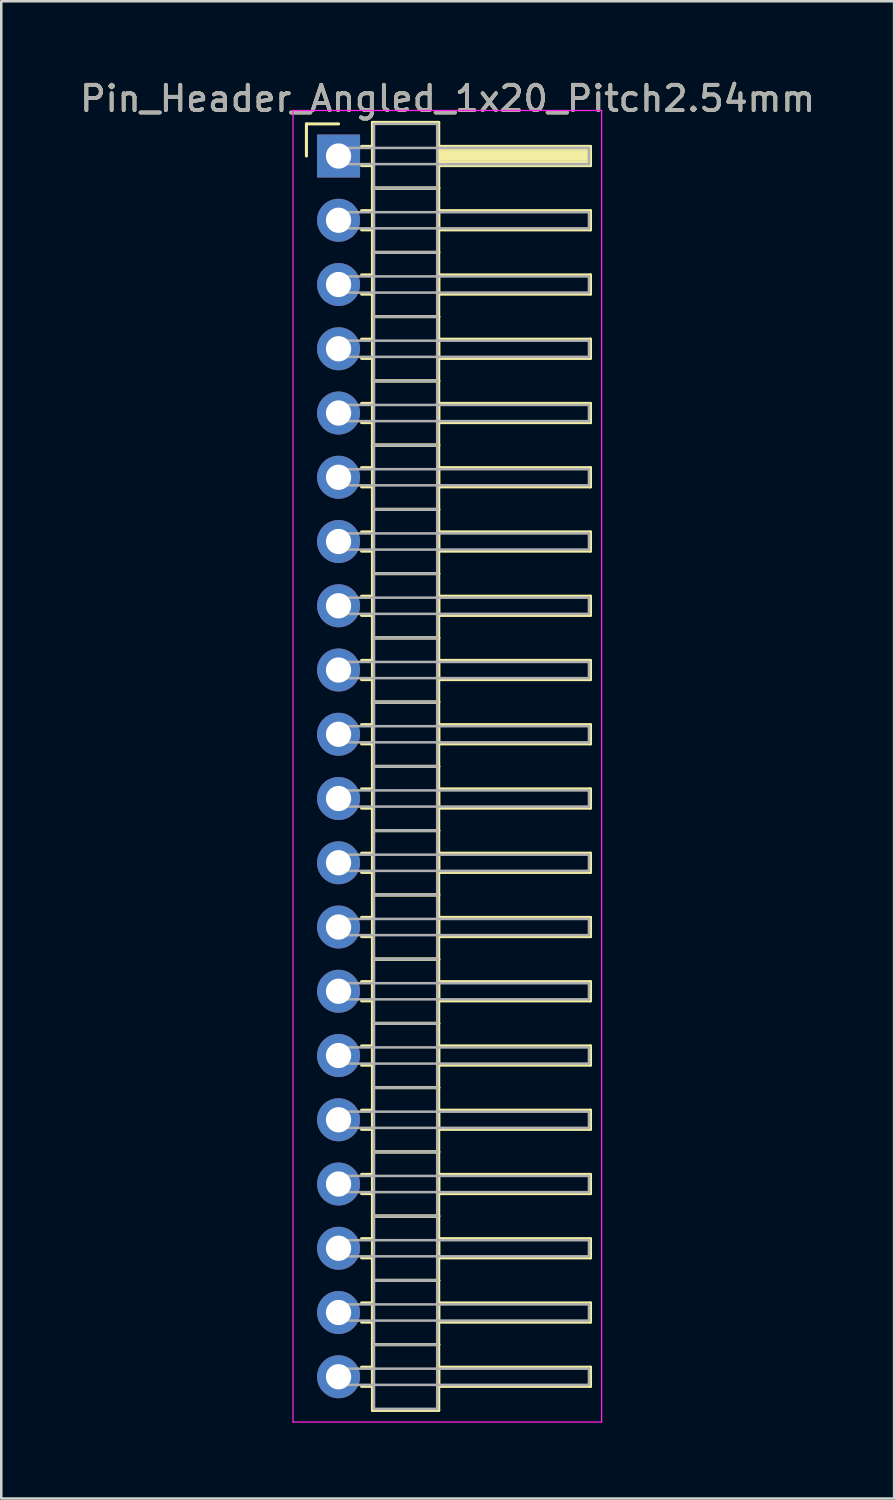
<source format=kicad_pcb>
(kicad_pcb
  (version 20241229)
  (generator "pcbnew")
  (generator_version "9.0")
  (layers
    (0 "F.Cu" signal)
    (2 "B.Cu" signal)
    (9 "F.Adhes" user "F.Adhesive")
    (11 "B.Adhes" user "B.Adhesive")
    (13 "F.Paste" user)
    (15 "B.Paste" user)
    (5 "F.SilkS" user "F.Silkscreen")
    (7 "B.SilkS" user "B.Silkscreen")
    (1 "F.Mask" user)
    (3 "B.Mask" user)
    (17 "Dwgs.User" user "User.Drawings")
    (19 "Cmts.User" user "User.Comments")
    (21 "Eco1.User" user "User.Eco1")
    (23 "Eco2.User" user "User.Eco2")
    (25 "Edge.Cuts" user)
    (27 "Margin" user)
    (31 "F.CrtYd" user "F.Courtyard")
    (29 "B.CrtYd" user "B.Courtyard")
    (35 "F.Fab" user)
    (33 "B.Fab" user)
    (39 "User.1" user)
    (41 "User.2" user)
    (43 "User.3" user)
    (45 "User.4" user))
  (footprint "Pin_Header_Angled_1x20_Pitch2.54mm"
    (layer "F.Cu")
    (at 10.334 3.118)
    (property "Reference" "Pin_Header_Angled_1x20_Pitch2.54mm" (at 4.315 -2.27 0) (layer "F.SilkS") (effects (font (size 1 1) (thickness 0.15))))
    (attr through_hole)
    (fp_line (start -1.27 -1.27) (end 0 -1.27) (stroke (width 0.12) (type solid)) (layer "F.SilkS"))
    (fp_line (start -1.27 0) (end -1.27 -1.27) (stroke (width 0.12) (type solid)) (layer "F.SilkS"))
    (fp_line (start 0.91 -0.38) (end 1.34 -0.38) (stroke (width 0.12) (type solid)) (layer "F.SilkS"))
    (fp_line (start 0.91 0.38) (end 1.34 0.38) (stroke (width 0.12) (type solid)) (layer "F.SilkS"))
    (fp_line (start 0.91 2.16) (end 1.34 2.16) (stroke (width 0.12) (type solid)) (layer "F.SilkS"))
    (fp_line (start 0.91 2.92) (end 1.34 2.92) (stroke (width 0.12) (type solid)) (layer "F.SilkS"))
    (fp_line (start 0.91 4.7) (end 1.34 4.7) (stroke (width 0.12) (type solid)) (layer "F.SilkS"))
    (fp_line (start 0.91 5.46) (end 1.34 5.46) (stroke (width 0.12) (type solid)) (layer "F.SilkS"))
    (fp_line (start 0.91 7.24) (end 1.34 7.24) (stroke (width 0.12) (type solid)) (layer "F.SilkS"))
    (fp_line (start 0.91 8) (end 1.34 8) (stroke (width 0.12) (type solid)) (layer "F.SilkS"))
    (fp_line (start 0.91 9.78) (end 1.34 9.78) (stroke (width 0.12) (type solid)) (layer "F.SilkS"))
    (fp_line (start 0.91 10.54) (end 1.34 10.54) (stroke (width 0.12) (type solid)) (layer "F.SilkS"))
    (fp_line (start 0.91 12.32) (end 1.34 12.32) (stroke (width 0.12) (type solid)) (layer "F.SilkS"))
    (fp_line (start 0.91 13.08) (end 1.34 13.08) (stroke (width 0.12) (type solid)) (layer "F.SilkS"))
    (fp_line (start 0.91 14.86) (end 1.34 14.86) (stroke (width 0.12) (type solid)) (layer "F.SilkS"))
    (fp_line (start 0.91 15.62) (end 1.34 15.62) (stroke (width 0.12) (type solid)) (layer "F.SilkS"))
    (fp_line (start 0.91 17.4) (end 1.34 17.4) (stroke (width 0.12) (type solid)) (layer "F.SilkS"))
    (fp_line (start 0.91 18.16) (end 1.34 18.16) (stroke (width 0.12) (type solid)) (layer "F.SilkS"))
    (fp_line (start 0.91 19.94) (end 1.34 19.94) (stroke (width 0.12) (type solid)) (layer "F.SilkS"))
    (fp_line (start 0.91 20.7) (end 1.34 20.7) (stroke (width 0.12) (type solid)) (layer "F.SilkS"))
    (fp_line (start 0.91 22.48) (end 1.34 22.48) (stroke (width 0.12) (type solid)) (layer "F.SilkS"))
    (fp_line (start 0.91 23.24) (end 1.34 23.24) (stroke (width 0.12) (type solid)) (layer "F.SilkS"))
    (fp_line (start 0.91 25.02) (end 1.34 25.02) (stroke (width 0.12) (type solid)) (layer "F.SilkS"))
    (fp_line (start 0.91 25.78) (end 1.34 25.78) (stroke (width 0.12) (type solid)) (layer "F.SilkS"))
    (fp_line (start 0.91 27.56) (end 1.34 27.56) (stroke (width 0.12) (type solid)) (layer "F.SilkS"))
    (fp_line (start 0.91 28.32) (end 1.34 28.32) (stroke (width 0.12) (type solid)) (layer "F.SilkS"))
    (fp_line (start 0.91 30.1) (end 1.34 30.1) (stroke (width 0.12) (type solid)) (layer "F.SilkS"))
    (fp_line (start 0.91 30.86) (end 1.34 30.86) (stroke (width 0.12) (type solid)) (layer "F.SilkS"))
    (fp_line (start 0.91 32.64) (end 1.34 32.64) (stroke (width 0.12) (type solid)) (layer "F.SilkS"))
    (fp_line (start 0.91 33.4) (end 1.34 33.4) (stroke (width 0.12) (type solid)) (layer "F.SilkS"))
    (fp_line (start 0.91 35.18) (end 1.34 35.18) (stroke (width 0.12) (type solid)) (layer "F.SilkS"))
    (fp_line (start 0.91 35.94) (end 1.34 35.94) (stroke (width 0.12) (type solid)) (layer "F.SilkS"))
    (fp_line (start 0.91 37.72) (end 1.34 37.72) (stroke (width 0.12) (type solid)) (layer "F.SilkS"))
    (fp_line (start 0.91 38.48) (end 1.34 38.48) (stroke (width 0.12) (type solid)) (layer "F.SilkS"))
    (fp_line (start 0.91 40.26) (end 1.34 40.26) (stroke (width 0.12) (type solid)) (layer "F.SilkS"))
    (fp_line (start 0.91 41.02) (end 1.34 41.02) (stroke (width 0.12) (type solid)) (layer "F.SilkS"))
    (fp_line (start 0.91 42.8) (end 1.34 42.8) (stroke (width 0.12) (type solid)) (layer "F.SilkS"))
    (fp_line (start 0.91 43.56) (end 1.34 43.56) (stroke (width 0.12) (type solid)) (layer "F.SilkS"))
    (fp_line (start 0.91 45.34) (end 1.34 45.34) (stroke (width 0.12) (type solid)) (layer "F.SilkS"))
    (fp_line (start 0.91 46.1) (end 1.34 46.1) (stroke (width 0.12) (type solid)) (layer "F.SilkS"))
    (fp_line (start 0.91 47.88) (end 1.34 47.88) (stroke (width 0.12) (type solid)) (layer "F.SilkS"))
    (fp_line (start 0.91 48.64) (end 1.34 48.64) (stroke (width 0.12) (type solid)) (layer "F.SilkS"))
    (fp_line (start 1.34 -1.33) (end 1.34 1.27) (stroke (width 0.12) (type solid)) (layer "F.SilkS"))
    (fp_line (start 1.34 1.27) (end 1.34 3.81) (stroke (width 0.12) (type solid)) (layer "F.SilkS"))
    (fp_line (start 1.34 1.27) (end 3.96 1.27) (stroke (width 0.12) (type solid)) (layer "F.SilkS"))
    (fp_line (start 1.34 3.81) (end 1.34 6.35) (stroke (width 0.12) (type solid)) (layer "F.SilkS"))
    (fp_line (start 1.34 3.81) (end 3.96 3.81) (stroke (width 0.12) (type solid)) (layer "F.SilkS"))
    (fp_line (start 1.34 6.35) (end 1.34 8.89) (stroke (width 0.12) (type solid)) (layer "F.SilkS"))
    (fp_line (start 1.34 6.35) (end 3.96 6.35) (stroke (width 0.12) (type solid)) (layer "F.SilkS"))
    (fp_line (start 1.34 8.89) (end 1.34 11.43) (stroke (width 0.12) (type solid)) (layer "F.SilkS"))
    (fp_line (start 1.34 8.89) (end 3.96 8.89) (stroke (width 0.12) (type solid)) (layer "F.SilkS"))
    (fp_line (start 1.34 11.43) (end 1.34 13.97) (stroke (width 0.12) (type solid)) (layer "F.SilkS"))
    (fp_line (start 1.34 11.43) (end 3.96 11.43) (stroke (width 0.12) (type solid)) (layer "F.SilkS"))
    (fp_line (start 1.34 13.97) (end 1.34 16.51) (stroke (width 0.12) (type solid)) (layer "F.SilkS"))
    (fp_line (start 1.34 13.97) (end 3.96 13.97) (stroke (width 0.12) (type solid)) (layer "F.SilkS"))
    (fp_line (start 1.34 16.51) (end 1.34 19.05) (stroke (width 0.12) (type solid)) (layer "F.SilkS"))
    (fp_line (start 1.34 16.51) (end 3.96 16.51) (stroke (width 0.12) (type solid)) (layer "F.SilkS"))
    (fp_line (start 1.34 19.05) (end 1.34 21.59) (stroke (width 0.12) (type solid)) (layer "F.SilkS"))
    (fp_line (start 1.34 19.05) (end 3.96 19.05) (stroke (width 0.12) (type solid)) (layer "F.SilkS"))
    (fp_line (start 1.34 21.59) (end 1.34 24.13) (stroke (width 0.12) (type solid)) (layer "F.SilkS"))
    (fp_line (start 1.34 21.59) (end 3.96 21.59) (stroke (width 0.12) (type solid)) (layer "F.SilkS"))
    (fp_line (start 1.34 24.13) (end 1.34 26.67) (stroke (width 0.12) (type solid)) (layer "F.SilkS"))
    (fp_line (start 1.34 24.13) (end 3.96 24.13) (stroke (width 0.12) (type solid)) (layer "F.SilkS"))
    (fp_line (start 1.34 26.67) (end 1.34 29.21) (stroke (width 0.12) (type solid)) (layer "F.SilkS"))
    (fp_line (start 1.34 26.67) (end 3.96 26.67) (stroke (width 0.12) (type solid)) (layer "F.SilkS"))
    (fp_line (start 1.34 29.21) (end 1.34 31.75) (stroke (width 0.12) (type solid)) (layer "F.SilkS"))
    (fp_line (start 1.34 29.21) (end 3.96 29.21) (stroke (width 0.12) (type solid)) (layer "F.SilkS"))
    (fp_line (start 1.34 31.75) (end 1.34 34.29) (stroke (width 0.12) (type solid)) (layer "F.SilkS"))
    (fp_line (start 1.34 31.75) (end 3.96 31.75) (stroke (width 0.12) (type solid)) (layer "F.SilkS"))
    (fp_line (start 1.34 34.29) (end 1.34 36.83) (stroke (width 0.12) (type solid)) (layer "F.SilkS"))
    (fp_line (start 1.34 34.29) (end 3.96 34.29) (stroke (width 0.12) (type solid)) (layer "F.SilkS"))
    (fp_line (start 1.34 36.83) (end 1.34 39.37) (stroke (width 0.12) (type solid)) (layer "F.SilkS"))
    (fp_line (start 1.34 36.83) (end 3.96 36.83) (stroke (width 0.12) (type solid)) (layer "F.SilkS"))
    (fp_line (start 1.34 39.37) (end 1.34 41.91) (stroke (width 0.12) (type solid)) (layer "F.SilkS"))
    (fp_line (start 1.34 39.37) (end 3.96 39.37) (stroke (width 0.12) (type solid)) (layer "F.SilkS"))
    (fp_line (start 1.34 41.91) (end 1.34 44.45) (stroke (width 0.12) (type solid)) (layer "F.SilkS"))
    (fp_line (start 1.34 41.91) (end 3.96 41.91) (stroke (width 0.12) (type solid)) (layer "F.SilkS"))
    (fp_line (start 1.34 44.45) (end 1.34 46.99) (stroke (width 0.12) (type solid)) (layer "F.SilkS"))
    (fp_line (start 1.34 44.45) (end 3.96 44.45) (stroke (width 0.12) (type solid)) (layer "F.SilkS"))
    (fp_line (start 1.34 46.99) (end 1.34 49.59) (stroke (width 0.12) (type solid)) (layer "F.SilkS"))
    (fp_line (start 1.34 46.99) (end 3.96 46.99) (stroke (width 0.12) (type solid)) (layer "F.SilkS"))
    (fp_line (start 1.34 49.59) (end 3.96 49.59) (stroke (width 0.12) (type solid)) (layer "F.SilkS"))
    (fp_line (start 3.96 -1.33) (end 1.34 -1.33) (stroke (width 0.12) (type solid)) (layer "F.SilkS"))
    (fp_line (start 3.96 -0.38) (end 3.96 0.38) (stroke (width 0.12) (type solid)) (layer "F.SilkS"))
    (fp_line (start 3.96 -0.26) (end 9.96 -0.26) (stroke (width 0.12) (type solid)) (layer "F.SilkS"))
    (fp_line (start 3.96 -0.14) (end 9.96 -0.14) (stroke (width 0.12) (type solid)) (layer "F.SilkS"))
    (fp_line (start 3.96 -0.02) (end 9.96 -0.02) (stroke (width 0.12) (type solid)) (layer "F.SilkS"))
    (fp_line (start 3.96 0.1) (end 9.96 0.1) (stroke (width 0.12) (type solid)) (layer "F.SilkS"))
    (fp_line (start 3.96 0.22) (end 9.96 0.22) (stroke (width 0.12) (type solid)) (layer "F.SilkS"))
    (fp_line (start 3.96 0.34) (end 9.96 0.34) (stroke (width 0.12) (type solid)) (layer "F.SilkS"))
    (fp_line (start 3.96 0.38) (end 9.96 0.38) (stroke (width 0.12) (type solid)) (layer "F.SilkS"))
    (fp_line (start 3.96 1.27) (end 1.34 1.27) (stroke (width 0.12) (type solid)) (layer "F.SilkS"))
    (fp_line (start 3.96 1.27) (end 3.96 -1.33) (stroke (width 0.12) (type solid)) (layer "F.SilkS"))
    (fp_line (start 3.96 2.16) (end 3.96 2.92) (stroke (width 0.12) (type solid)) (layer "F.SilkS"))
    (fp_line (start 3.96 2.92) (end 9.96 2.92) (stroke (width 0.12) (type solid)) (layer "F.SilkS"))
    (fp_line (start 3.96 3.81) (end 1.34 3.81) (stroke (width 0.12) (type solid)) (layer "F.SilkS"))
    (fp_line (start 3.96 3.81) (end 3.96 1.27) (stroke (width 0.12) (type solid)) (layer "F.SilkS"))
    (fp_line (start 3.96 4.7) (end 3.96 5.46) (stroke (width 0.12) (type solid)) (layer "F.SilkS"))
    (fp_line (start 3.96 5.46) (end 9.96 5.46) (stroke (width 0.12) (type solid)) (layer "F.SilkS"))
    (fp_line (start 3.96 6.35) (end 1.34 6.35) (stroke (width 0.12) (type solid)) (layer "F.SilkS"))
    (fp_line (start 3.96 6.35) (end 3.96 3.81) (stroke (width 0.12) (type solid)) (layer "F.SilkS"))
    (fp_line (start 3.96 7.24) (end 3.96 8) (stroke (width 0.12) (type solid)) (layer "F.SilkS"))
    (fp_line (start 3.96 8) (end 9.96 8) (stroke (width 0.12) (type solid)) (layer "F.SilkS"))
    (fp_line (start 3.96 8.89) (end 1.34 8.89) (stroke (width 0.12) (type solid)) (layer "F.SilkS"))
    (fp_line (start 3.96 8.89) (end 3.96 6.35) (stroke (width 0.12) (type solid)) (layer "F.SilkS"))
    (fp_line (start 3.96 9.78) (end 3.96 10.54) (stroke (width 0.12) (type solid)) (layer "F.SilkS"))
    (fp_line (start 3.96 10.54) (end 9.96 10.54) (stroke (width 0.12) (type solid)) (layer "F.SilkS"))
    (fp_line (start 3.96 11.43) (end 1.34 11.43) (stroke (width 0.12) (type solid)) (layer "F.SilkS"))
    (fp_line (start 3.96 11.43) (end 3.96 8.89) (stroke (width 0.12) (type solid)) (layer "F.SilkS"))
    (fp_line (start 3.96 12.32) (end 3.96 13.08) (stroke (width 0.12) (type solid)) (layer "F.SilkS"))
    (fp_line (start 3.96 13.08) (end 9.96 13.08) (stroke (width 0.12) (type solid)) (layer "F.SilkS"))
    (fp_line (start 3.96 13.97) (end 1.34 13.97) (stroke (width 0.12) (type solid)) (layer "F.SilkS"))
    (fp_line (start 3.96 13.97) (end 3.96 11.43) (stroke (width 0.12) (type solid)) (layer "F.SilkS"))
    (fp_line (start 3.96 14.86) (end 3.96 15.62) (stroke (width 0.12) (type solid)) (layer "F.SilkS"))
    (fp_line (start 3.96 15.62) (end 9.96 15.62) (stroke (width 0.12) (type solid)) (layer "F.SilkS"))
    (fp_line (start 3.96 16.51) (end 1.34 16.51) (stroke (width 0.12) (type solid)) (layer "F.SilkS"))
    (fp_line (start 3.96 16.51) (end 3.96 13.97) (stroke (width 0.12) (type solid)) (layer "F.SilkS"))
    (fp_line (start 3.96 17.4) (end 3.96 18.16) (stroke (width 0.12) (type solid)) (layer "F.SilkS"))
    (fp_line (start 3.96 18.16) (end 9.96 18.16) (stroke (width 0.12) (type solid)) (layer "F.SilkS"))
    (fp_line (start 3.96 19.05) (end 1.34 19.05) (stroke (width 0.12) (type solid)) (layer "F.SilkS"))
    (fp_line (start 3.96 19.05) (end 3.96 16.51) (stroke (width 0.12) (type solid)) (layer "F.SilkS"))
    (fp_line (start 3.96 19.94) (end 3.96 20.7) (stroke (width 0.12) (type solid)) (layer "F.SilkS"))
    (fp_line (start 3.96 20.7) (end 9.96 20.7) (stroke (width 0.12) (type solid)) (layer "F.SilkS"))
    (fp_line (start 3.96 21.59) (end 1.34 21.59) (stroke (width 0.12) (type solid)) (layer "F.SilkS"))
    (fp_line (start 3.96 21.59) (end 3.96 19.05) (stroke (width 0.12) (type solid)) (layer "F.SilkS"))
    (fp_line (start 3.96 22.48) (end 3.96 23.24) (stroke (width 0.12) (type solid)) (layer "F.SilkS"))
    (fp_line (start 3.96 23.24) (end 9.96 23.24) (stroke (width 0.12) (type solid)) (layer "F.SilkS"))
    (fp_line (start 3.96 24.13) (end 1.34 24.13) (stroke (width 0.12) (type solid)) (layer "F.SilkS"))
    (fp_line (start 3.96 24.13) (end 3.96 21.59) (stroke (width 0.12) (type solid)) (layer "F.SilkS"))
    (fp_line (start 3.96 25.02) (end 3.96 25.78) (stroke (width 0.12) (type solid)) (layer "F.SilkS"))
    (fp_line (start 3.96 25.78) (end 9.96 25.78) (stroke (width 0.12) (type solid)) (layer "F.SilkS"))
    (fp_line (start 3.96 26.67) (end 1.34 26.67) (stroke (width 0.12) (type solid)) (layer "F.SilkS"))
    (fp_line (start 3.96 26.67) (end 3.96 24.13) (stroke (width 0.12) (type solid)) (layer "F.SilkS"))
    (fp_line (start 3.96 27.56) (end 3.96 28.32) (stroke (width 0.12) (type solid)) (layer "F.SilkS"))
    (fp_line (start 3.96 28.32) (end 9.96 28.32) (stroke (width 0.12) (type solid)) (layer "F.SilkS"))
    (fp_line (start 3.96 29.21) (end 1.34 29.21) (stroke (width 0.12) (type solid)) (layer "F.SilkS"))
    (fp_line (start 3.96 29.21) (end 3.96 26.67) (stroke (width 0.12) (type solid)) (layer "F.SilkS"))
    (fp_line (start 3.96 30.1) (end 3.96 30.86) (stroke (width 0.12) (type solid)) (layer "F.SilkS"))
    (fp_line (start 3.96 30.86) (end 9.96 30.86) (stroke (width 0.12) (type solid)) (layer "F.SilkS"))
    (fp_line (start 3.96 31.75) (end 1.34 31.75) (stroke (width 0.12) (type solid)) (layer "F.SilkS"))
    (fp_line (start 3.96 31.75) (end 3.96 29.21) (stroke (width 0.12) (type solid)) (layer "F.SilkS"))
    (fp_line (start 3.96 32.64) (end 3.96 33.4) (stroke (width 0.12) (type solid)) (layer "F.SilkS"))
    (fp_line (start 3.96 33.4) (end 9.96 33.4) (stroke (width 0.12) (type solid)) (layer "F.SilkS"))
    (fp_line (start 3.96 34.29) (end 1.34 34.29) (stroke (width 0.12) (type solid)) (layer "F.SilkS"))
    (fp_line (start 3.96 34.29) (end 3.96 31.75) (stroke (width 0.12) (type solid)) (layer "F.SilkS"))
    (fp_line (start 3.96 35.18) (end 3.96 35.94) (stroke (width 0.12) (type solid)) (layer "F.SilkS"))
    (fp_line (start 3.96 35.94) (end 9.96 35.94) (stroke (width 0.12) (type solid)) (layer "F.SilkS"))
    (fp_line (start 3.96 36.83) (end 1.34 36.83) (stroke (width 0.12) (type solid)) (layer "F.SilkS"))
    (fp_line (start 3.96 36.83) (end 3.96 34.29) (stroke (width 0.12) (type solid)) (layer "F.SilkS"))
    (fp_line (start 3.96 37.72) (end 3.96 38.48) (stroke (width 0.12) (type solid)) (layer "F.SilkS"))
    (fp_line (start 3.96 38.48) (end 9.96 38.48) (stroke (width 0.12) (type solid)) (layer "F.SilkS"))
    (fp_line (start 3.96 39.37) (end 1.34 39.37) (stroke (width 0.12) (type solid)) (layer "F.SilkS"))
    (fp_line (start 3.96 39.37) (end 3.96 36.83) (stroke (width 0.12) (type solid)) (layer "F.SilkS"))
    (fp_line (start 3.96 40.26) (end 3.96 41.02) (stroke (width 0.12) (type solid)) (layer "F.SilkS"))
    (fp_line (start 3.96 41.02) (end 9.96 41.02) (stroke (width 0.12) (type solid)) (layer "F.SilkS"))
    (fp_line (start 3.96 41.91) (end 1.34 41.91) (stroke (width 0.12) (type solid)) (layer "F.SilkS"))
    (fp_line (start 3.96 41.91) (end 3.96 39.37) (stroke (width 0.12) (type solid)) (layer "F.SilkS"))
    (fp_line (start 3.96 42.8) (end 3.96 43.56) (stroke (width 0.12) (type solid)) (layer "F.SilkS"))
    (fp_line (start 3.96 43.56) (end 9.96 43.56) (stroke (width 0.12) (type solid)) (layer "F.SilkS"))
    (fp_line (start 3.96 44.45) (end 1.34 44.45) (stroke (width 0.12) (type solid)) (layer "F.SilkS"))
    (fp_line (start 3.96 44.45) (end 3.96 41.91) (stroke (width 0.12) (type solid)) (layer "F.SilkS"))
    (fp_line (start 3.96 45.34) (end 3.96 46.1) (stroke (width 0.12) (type solid)) (layer "F.SilkS"))
    (fp_line (start 3.96 46.1) (end 9.96 46.1) (stroke (width 0.12) (type solid)) (layer "F.SilkS"))
    (fp_line (start 3.96 46.99) (end 1.34 46.99) (stroke (width 0.12) (type solid)) (layer "F.SilkS"))
    (fp_line (start 3.96 46.99) (end 3.96 44.45) (stroke (width 0.12) (type solid)) (layer "F.SilkS"))
    (fp_line (start 3.96 47.88) (end 3.96 48.64) (stroke (width 0.12) (type solid)) (layer "F.SilkS"))
    (fp_line (start 3.96 48.64) (end 9.96 48.64) (stroke (width 0.12) (type solid)) (layer "F.SilkS"))
    (fp_line (start 3.96 49.59) (end 3.96 46.99) (stroke (width 0.12) (type solid)) (layer "F.SilkS"))
    (fp_line (start 9.96 -0.38) (end 3.96 -0.38) (stroke (width 0.12) (type solid)) (layer "F.SilkS"))
    (fp_line (start 9.96 0.38) (end 9.96 -0.38) (stroke (width 0.12) (type solid)) (layer "F.SilkS"))
    (fp_line (start 9.96 2.16) (end 3.96 2.16) (stroke (width 0.12) (type solid)) (layer "F.SilkS"))
    (fp_line (start 9.96 2.92) (end 9.96 2.16) (stroke (width 0.12) (type solid)) (layer "F.SilkS"))
    (fp_line (start 9.96 4.7) (end 3.96 4.7) (stroke (width 0.12) (type solid)) (layer "F.SilkS"))
    (fp_line (start 9.96 5.46) (end 9.96 4.7) (stroke (width 0.12) (type solid)) (layer "F.SilkS"))
    (fp_line (start 9.96 7.24) (end 3.96 7.24) (stroke (width 0.12) (type solid)) (layer "F.SilkS"))
    (fp_line (start 9.96 8) (end 9.96 7.24) (stroke (width 0.12) (type solid)) (layer "F.SilkS"))
    (fp_line (start 9.96 9.78) (end 3.96 9.78) (stroke (width 0.12) (type solid)) (layer "F.SilkS"))
    (fp_line (start 9.96 10.54) (end 9.96 9.78) (stroke (width 0.12) (type solid)) (layer "F.SilkS"))
    (fp_line (start 9.96 12.32) (end 3.96 12.32) (stroke (width 0.12) (type solid)) (layer "F.SilkS"))
    (fp_line (start 9.96 13.08) (end 9.96 12.32) (stroke (width 0.12) (type solid)) (layer "F.SilkS"))
    (fp_line (start 9.96 14.86) (end 3.96 14.86) (stroke (width 0.12) (type solid)) (layer "F.SilkS"))
    (fp_line (start 9.96 15.62) (end 9.96 14.86) (stroke (width 0.12) (type solid)) (layer "F.SilkS"))
    (fp_line (start 9.96 17.4) (end 3.96 17.4) (stroke (width 0.12) (type solid)) (layer "F.SilkS"))
    (fp_line (start 9.96 18.16) (end 9.96 17.4) (stroke (width 0.12) (type solid)) (layer "F.SilkS"))
    (fp_line (start 9.96 19.94) (end 3.96 19.94) (stroke (width 0.12) (type solid)) (layer "F.SilkS"))
    (fp_line (start 9.96 20.7) (end 9.96 19.94) (stroke (width 0.12) (type solid)) (layer "F.SilkS"))
    (fp_line (start 9.96 22.48) (end 3.96 22.48) (stroke (width 0.12) (type solid)) (layer "F.SilkS"))
    (fp_line (start 9.96 23.24) (end 9.96 22.48) (stroke (width 0.12) (type solid)) (layer "F.SilkS"))
    (fp_line (start 9.96 25.02) (end 3.96 25.02) (stroke (width 0.12) (type solid)) (layer "F.SilkS"))
    (fp_line (start 9.96 25.78) (end 9.96 25.02) (stroke (width 0.12) (type solid)) (layer "F.SilkS"))
    (fp_line (start 9.96 27.56) (end 3.96 27.56) (stroke (width 0.12) (type solid)) (layer "F.SilkS"))
    (fp_line (start 9.96 28.32) (end 9.96 27.56) (stroke (width 0.12) (type solid)) (layer "F.SilkS"))
    (fp_line (start 9.96 30.1) (end 3.96 30.1) (stroke (width 0.12) (type solid)) (layer "F.SilkS"))
    (fp_line (start 9.96 30.86) (end 9.96 30.1) (stroke (width 0.12) (type solid)) (layer "F.SilkS"))
    (fp_line (start 9.96 32.64) (end 3.96 32.64) (stroke (width 0.12) (type solid)) (layer "F.SilkS"))
    (fp_line (start 9.96 33.4) (end 9.96 32.64) (stroke (width 0.12) (type solid)) (layer "F.SilkS"))
    (fp_line (start 9.96 35.18) (end 3.96 35.18) (stroke (width 0.12) (type solid)) (layer "F.SilkS"))
    (fp_line (start 9.96 35.94) (end 9.96 35.18) (stroke (width 0.12) (type solid)) (layer "F.SilkS"))
    (fp_line (start 9.96 37.72) (end 3.96 37.72) (stroke (width 0.12) (type solid)) (layer "F.SilkS"))
    (fp_line (start 9.96 38.48) (end 9.96 37.72) (stroke (width 0.12) (type solid)) (layer "F.SilkS"))
    (fp_line (start 9.96 40.26) (end 3.96 40.26) (stroke (width 0.12) (type solid)) (layer "F.SilkS"))
    (fp_line (start 9.96 41.02) (end 9.96 40.26) (stroke (width 0.12) (type solid)) (layer "F.SilkS"))
    (fp_line (start 9.96 42.8) (end 3.96 42.8) (stroke (width 0.12) (type solid)) (layer "F.SilkS"))
    (fp_line (start 9.96 43.56) (end 9.96 42.8) (stroke (width 0.12) (type solid)) (layer "F.SilkS"))
    (fp_line (start 9.96 45.34) (end 3.96 45.34) (stroke (width 0.12) (type solid)) (layer "F.SilkS"))
    (fp_line (start 9.96 46.1) (end 9.96 45.34) (stroke (width 0.12) (type solid)) (layer "F.SilkS"))
    (fp_line (start 9.96 47.88) (end 3.96 47.88) (stroke (width 0.12) (type solid)) (layer "F.SilkS"))
    (fp_line (start 9.96 48.64) (end 9.96 47.88) (stroke (width 0.12) (type solid)) (layer "F.SilkS"))
    (fp_line (start -1.8 -1.8) (end -1.8 50.05) (stroke (width 0.05) (type solid)) (layer "F.CrtYd"))
    (fp_line (start -1.8 50.05) (end 10.4 50.05) (stroke (width 0.05) (type solid)) (layer "F.CrtYd"))
    (fp_line (start 10.4 -1.8) (end -1.8 -1.8) (stroke (width 0.05) (type solid)) (layer "F.CrtYd"))
    (fp_line (start 10.4 50.05) (end 10.4 -1.8) (stroke (width 0.05) (type solid)) (layer "F.CrtYd"))
    (fp_line (start 0 -0.32) (end 0 0.32) (stroke (width 0.1) (type solid)) (layer "F.Fab"))
    (fp_line (start 0 0.32) (end 9.9 0.32) (stroke (width 0.1) (type solid)) (layer "F.Fab"))
    (fp_line (start 0 2.22) (end 0 2.86) (stroke (width 0.1) (type solid)) (layer "F.Fab"))
    (fp_line (start 0 2.86) (end 9.9 2.86) (stroke (width 0.1) (type solid)) (layer "F.Fab"))
    (fp_line (start 0 4.76) (end 0 5.4) (stroke (width 0.1) (type solid)) (layer "F.Fab"))
    (fp_line (start 0 5.4) (end 9.9 5.4) (stroke (width 0.1) (type solid)) (layer "F.Fab"))
    (fp_line (start 0 7.3) (end 0 7.94) (stroke (width 0.1) (type solid)) (layer "F.Fab"))
    (fp_line (start 0 7.94) (end 9.9 7.94) (stroke (width 0.1) (type solid)) (layer "F.Fab"))
    (fp_line (start 0 9.84) (end 0 10.48) (stroke (width 0.1) (type solid)) (layer "F.Fab"))
    (fp_line (start 0 10.48) (end 9.9 10.48) (stroke (width 0.1) (type solid)) (layer "F.Fab"))
    (fp_line (start 0 12.38) (end 0 13.02) (stroke (width 0.1) (type solid)) (layer "F.Fab"))
    (fp_line (start 0 13.02) (end 9.9 13.02) (stroke (width 0.1) (type solid)) (layer "F.Fab"))
    (fp_line (start 0 14.92) (end 0 15.56) (stroke (width 0.1) (type solid)) (layer "F.Fab"))
    (fp_line (start 0 15.56) (end 9.9 15.56) (stroke (width 0.1) (type solid)) (layer "F.Fab"))
    (fp_line (start 0 17.46) (end 0 18.1) (stroke (width 0.1) (type solid)) (layer "F.Fab"))
    (fp_line (start 0 18.1) (end 9.9 18.1) (stroke (width 0.1) (type solid)) (layer "F.Fab"))
    (fp_line (start 0 20) (end 0 20.64) (stroke (width 0.1) (type solid)) (layer "F.Fab"))
    (fp_line (start 0 20.64) (end 9.9 20.64) (stroke (width 0.1) (type solid)) (layer "F.Fab"))
    (fp_line (start 0 22.54) (end 0 23.18) (stroke (width 0.1) (type solid)) (layer "F.Fab"))
    (fp_line (start 0 23.18) (end 9.9 23.18) (stroke (width 0.1) (type solid)) (layer "F.Fab"))
    (fp_line (start 0 25.08) (end 0 25.72) (stroke (width 0.1) (type solid)) (layer "F.Fab"))
    (fp_line (start 0 25.72) (end 9.9 25.72) (stroke (width 0.1) (type solid)) (layer "F.Fab"))
    (fp_line (start 0 27.62) (end 0 28.26) (stroke (width 0.1) (type solid)) (layer "F.Fab"))
    (fp_line (start 0 28.26) (end 9.9 28.26) (stroke (width 0.1) (type solid)) (layer "F.Fab"))
    (fp_line (start 0 30.16) (end 0 30.8) (stroke (width 0.1) (type solid)) (layer "F.Fab"))
    (fp_line (start 0 30.8) (end 9.9 30.8) (stroke (width 0.1) (type solid)) (layer "F.Fab"))
    (fp_line (start 0 32.7) (end 0 33.34) (stroke (width 0.1) (type solid)) (layer "F.Fab"))
    (fp_line (start 0 33.34) (end 9.9 33.34) (stroke (width 0.1) (type solid)) (layer "F.Fab"))
    (fp_line (start 0 35.24) (end 0 35.88) (stroke (width 0.1) (type solid)) (layer "F.Fab"))
    (fp_line (start 0 35.88) (end 9.9 35.88) (stroke (width 0.1) (type solid)) (layer "F.Fab"))
    (fp_line (start 0 37.78) (end 0 38.42) (stroke (width 0.1) (type solid)) (layer "F.Fab"))
    (fp_line (start 0 38.42) (end 9.9 38.42) (stroke (width 0.1) (type solid)) (layer "F.Fab"))
    (fp_line (start 0 40.32) (end 0 40.96) (stroke (width 0.1) (type solid)) (layer "F.Fab"))
    (fp_line (start 0 40.96) (end 9.9 40.96) (stroke (width 0.1) (type solid)) (layer "F.Fab"))
    (fp_line (start 0 42.86) (end 0 43.5) (stroke (width 0.1) (type solid)) (layer "F.Fab"))
    (fp_line (start 0 43.5) (end 9.9 43.5) (stroke (width 0.1) (type solid)) (layer "F.Fab"))
    (fp_line (start 0 45.4) (end 0 46.04) (stroke (width 0.1) (type solid)) (layer "F.Fab"))
    (fp_line (start 0 46.04) (end 9.9 46.04) (stroke (width 0.1) (type solid)) (layer "F.Fab"))
    (fp_line (start 0 47.94) (end 0 48.58) (stroke (width 0.1) (type solid)) (layer "F.Fab"))
    (fp_line (start 0 48.58) (end 9.9 48.58) (stroke (width 0.1) (type solid)) (layer "F.Fab"))
    (fp_line (start 1.4 -1.27) (end 1.4 1.27) (stroke (width 0.1) (type solid)) (layer "F.Fab"))
    (fp_line (start 1.4 1.27) (end 1.4 3.81) (stroke (width 0.1) (type solid)) (layer "F.Fab"))
    (fp_line (start 1.4 1.27) (end 3.9 1.27) (stroke (width 0.1) (type solid)) (layer "F.Fab"))
    (fp_line (start 1.4 3.81) (end 1.4 6.35) (stroke (width 0.1) (type solid)) (layer "F.Fab"))
    (fp_line (start 1.4 3.81) (end 3.9 3.81) (stroke (width 0.1) (type solid)) (layer "F.Fab"))
    (fp_line (start 1.4 6.35) (end 1.4 8.89) (stroke (width 0.1) (type solid)) (layer "F.Fab"))
    (fp_line (start 1.4 6.35) (end 3.9 6.35) (stroke (width 0.1) (type solid)) (layer "F.Fab"))
    (fp_line (start 1.4 8.89) (end 1.4 11.43) (stroke (width 0.1) (type solid)) (layer "F.Fab"))
    (fp_line (start 1.4 8.89) (end 3.9 8.89) (stroke (width 0.1) (type solid)) (layer "F.Fab"))
    (fp_line (start 1.4 11.43) (end 1.4 13.97) (stroke (width 0.1) (type solid)) (layer "F.Fab"))
    (fp_line (start 1.4 11.43) (end 3.9 11.43) (stroke (width 0.1) (type solid)) (layer "F.Fab"))
    (fp_line (start 1.4 13.97) (end 1.4 16.51) (stroke (width 0.1) (type solid)) (layer "F.Fab"))
    (fp_line (start 1.4 13.97) (end 3.9 13.97) (stroke (width 0.1) (type solid)) (layer "F.Fab"))
    (fp_line (start 1.4 16.51) (end 1.4 19.05) (stroke (width 0.1) (type solid)) (layer "F.Fab"))
    (fp_line (start 1.4 16.51) (end 3.9 16.51) (stroke (width 0.1) (type solid)) (layer "F.Fab"))
    (fp_line (start 1.4 19.05) (end 1.4 21.59) (stroke (width 0.1) (type solid)) (layer "F.Fab"))
    (fp_line (start 1.4 19.05) (end 3.9 19.05) (stroke (width 0.1) (type solid)) (layer "F.Fab"))
    (fp_line (start 1.4 21.59) (end 1.4 24.13) (stroke (width 0.1) (type solid)) (layer "F.Fab"))
    (fp_line (start 1.4 21.59) (end 3.9 21.59) (stroke (width 0.1) (type solid)) (layer "F.Fab"))
    (fp_line (start 1.4 24.13) (end 1.4 26.67) (stroke (width 0.1) (type solid)) (layer "F.Fab"))
    (fp_line (start 1.4 24.13) (end 3.9 24.13) (stroke (width 0.1) (type solid)) (layer "F.Fab"))
    (fp_line (start 1.4 26.67) (end 1.4 29.21) (stroke (width 0.1) (type solid)) (layer "F.Fab"))
    (fp_line (start 1.4 26.67) (end 3.9 26.67) (stroke (width 0.1) (type solid)) (layer "F.Fab"))
    (fp_line (start 1.4 29.21) (end 1.4 31.75) (stroke (width 0.1) (type solid)) (layer "F.Fab"))
    (fp_line (start 1.4 29.21) (end 3.9 29.21) (stroke (width 0.1) (type solid)) (layer "F.Fab"))
    (fp_line (start 1.4 31.75) (end 1.4 34.29) (stroke (width 0.1) (type solid)) (layer "F.Fab"))
    (fp_line (start 1.4 31.75) (end 3.9 31.75) (stroke (width 0.1) (type solid)) (layer "F.Fab"))
    (fp_line (start 1.4 34.29) (end 1.4 36.83) (stroke (width 0.1) (type solid)) (layer "F.Fab"))
    (fp_line (start 1.4 34.29) (end 3.9 34.29) (stroke (width 0.1) (type solid)) (layer "F.Fab"))
    (fp_line (start 1.4 36.83) (end 1.4 39.37) (stroke (width 0.1) (type solid)) (layer "F.Fab"))
    (fp_line (start 1.4 36.83) (end 3.9 36.83) (stroke (width 0.1) (type solid)) (layer "F.Fab"))
    (fp_line (start 1.4 39.37) (end 1.4 41.91) (stroke (width 0.1) (type solid)) (layer "F.Fab"))
    (fp_line (start 1.4 39.37) (end 3.9 39.37) (stroke (width 0.1) (type solid)) (layer "F.Fab"))
    (fp_line (start 1.4 41.91) (end 1.4 44.45) (stroke (width 0.1) (type solid)) (layer "F.Fab"))
    (fp_line (start 1.4 41.91) (end 3.9 41.91) (stroke (width 0.1) (type solid)) (layer "F.Fab"))
    (fp_line (start 1.4 44.45) (end 1.4 46.99) (stroke (width 0.1) (type solid)) (layer "F.Fab"))
    (fp_line (start 1.4 44.45) (end 3.9 44.45) (stroke (width 0.1) (type solid)) (layer "F.Fab"))
    (fp_line (start 1.4 46.99) (end 1.4 49.53) (stroke (width 0.1) (type solid)) (layer "F.Fab"))
    (fp_line (start 1.4 46.99) (end 3.9 46.99) (stroke (width 0.1) (type solid)) (layer "F.Fab"))
    (fp_line (start 1.4 49.53) (end 3.9 49.53) (stroke (width 0.1) (type solid)) (layer "F.Fab"))
    (fp_line (start 3.9 -1.27) (end 1.4 -1.27) (stroke (width 0.1) (type solid)) (layer "F.Fab"))
    (fp_line (start 3.9 1.27) (end 1.4 1.27) (stroke (width 0.1) (type solid)) (layer "F.Fab"))
    (fp_line (start 3.9 1.27) (end 3.9 -1.27) (stroke (width 0.1) (type solid)) (layer "F.Fab"))
    (fp_line (start 3.9 3.81) (end 1.4 3.81) (stroke (width 0.1) (type solid)) (layer "F.Fab"))
    (fp_line (start 3.9 3.81) (end 3.9 1.27) (stroke (width 0.1) (type solid)) (layer "F.Fab"))
    (fp_line (start 3.9 6.35) (end 1.4 6.35) (stroke (width 0.1) (type solid)) (layer "F.Fab"))
    (fp_line (start 3.9 6.35) (end 3.9 3.81) (stroke (width 0.1) (type solid)) (layer "F.Fab"))
    (fp_line (start 3.9 8.89) (end 1.4 8.89) (stroke (width 0.1) (type solid)) (layer "F.Fab"))
    (fp_line (start 3.9 8.89) (end 3.9 6.35) (stroke (width 0.1) (type solid)) (layer "F.Fab"))
    (fp_line (start 3.9 11.43) (end 1.4 11.43) (stroke (width 0.1) (type solid)) (layer "F.Fab"))
    (fp_line (start 3.9 11.43) (end 3.9 8.89) (stroke (width 0.1) (type solid)) (layer "F.Fab"))
    (fp_line (start 3.9 13.97) (end 1.4 13.97) (stroke (width 0.1) (type solid)) (layer "F.Fab"))
    (fp_line (start 3.9 13.97) (end 3.9 11.43) (stroke (width 0.1) (type solid)) (layer "F.Fab"))
    (fp_line (start 3.9 16.51) (end 1.4 16.51) (stroke (width 0.1) (type solid)) (layer "F.Fab"))
    (fp_line (start 3.9 16.51) (end 3.9 13.97) (stroke (width 0.1) (type solid)) (layer "F.Fab"))
    (fp_line (start 3.9 19.05) (end 1.4 19.05) (stroke (width 0.1) (type solid)) (layer "F.Fab"))
    (fp_line (start 3.9 19.05) (end 3.9 16.51) (stroke (width 0.1) (type solid)) (layer "F.Fab"))
    (fp_line (start 3.9 21.59) (end 1.4 21.59) (stroke (width 0.1) (type solid)) (layer "F.Fab"))
    (fp_line (start 3.9 21.59) (end 3.9 19.05) (stroke (width 0.1) (type solid)) (layer "F.Fab"))
    (fp_line (start 3.9 24.13) (end 1.4 24.13) (stroke (width 0.1) (type solid)) (layer "F.Fab"))
    (fp_line (start 3.9 24.13) (end 3.9 21.59) (stroke (width 0.1) (type solid)) (layer "F.Fab"))
    (fp_line (start 3.9 26.67) (end 1.4 26.67) (stroke (width 0.1) (type solid)) (layer "F.Fab"))
    (fp_line (start 3.9 26.67) (end 3.9 24.13) (stroke (width 0.1) (type solid)) (layer "F.Fab"))
    (fp_line (start 3.9 29.21) (end 1.4 29.21) (stroke (width 0.1) (type solid)) (layer "F.Fab"))
    (fp_line (start 3.9 29.21) (end 3.9 26.67) (stroke (width 0.1) (type solid)) (layer "F.Fab"))
    (fp_line (start 3.9 31.75) (end 1.4 31.75) (stroke (width 0.1) (type solid)) (layer "F.Fab"))
    (fp_line (start 3.9 31.75) (end 3.9 29.21) (stroke (width 0.1) (type solid)) (layer "F.Fab"))
    (fp_line (start 3.9 34.29) (end 1.4 34.29) (stroke (width 0.1) (type solid)) (layer "F.Fab"))
    (fp_line (start 3.9 34.29) (end 3.9 31.75) (stroke (width 0.1) (type solid)) (layer "F.Fab"))
    (fp_line (start 3.9 36.83) (end 1.4 36.83) (stroke (width 0.1) (type solid)) (layer "F.Fab"))
    (fp_line (start 3.9 36.83) (end 3.9 34.29) (stroke (width 0.1) (type solid)) (layer "F.Fab"))
    (fp_line (start 3.9 39.37) (end 1.4 39.37) (stroke (width 0.1) (type solid)) (layer "F.Fab"))
    (fp_line (start 3.9 39.37) (end 3.9 36.83) (stroke (width 0.1) (type solid)) (layer "F.Fab"))
    (fp_line (start 3.9 41.91) (end 1.4 41.91) (stroke (width 0.1) (type solid)) (layer "F.Fab"))
    (fp_line (start 3.9 41.91) (end 3.9 39.37) (stroke (width 0.1) (type solid)) (layer "F.Fab"))
    (fp_line (start 3.9 44.45) (end 1.4 44.45) (stroke (width 0.1) (type solid)) (layer "F.Fab"))
    (fp_line (start 3.9 44.45) (end 3.9 41.91) (stroke (width 0.1) (type solid)) (layer "F.Fab"))
    (fp_line (start 3.9 46.99) (end 1.4 46.99) (stroke (width 0.1) (type solid)) (layer "F.Fab"))
    (fp_line (start 3.9 46.99) (end 3.9 44.45) (stroke (width 0.1) (type solid)) (layer "F.Fab"))
    (fp_line (start 3.9 49.53) (end 3.9 46.99) (stroke (width 0.1) (type solid)) (layer "F.Fab"))
    (fp_line (start 9.9 -0.32) (end 0 -0.32) (stroke (width 0.1) (type solid)) (layer "F.Fab"))
    (fp_line (start 9.9 0.32) (end 9.9 -0.32) (stroke (width 0.1) (type solid)) (layer "F.Fab"))
    (fp_line (start 9.9 2.22) (end 0 2.22) (stroke (width 0.1) (type solid)) (layer "F.Fab"))
    (fp_line (start 9.9 2.86) (end 9.9 2.22) (stroke (width 0.1) (type solid)) (layer "F.Fab"))
    (fp_line (start 9.9 4.76) (end 0 4.76) (stroke (width 0.1) (type solid)) (layer "F.Fab"))
    (fp_line (start 9.9 5.4) (end 9.9 4.76) (stroke (width 0.1) (type solid)) (layer "F.Fab"))
    (fp_line (start 9.9 7.3) (end 0 7.3) (stroke (width 0.1) (type solid)) (layer "F.Fab"))
    (fp_line (start 9.9 7.94) (end 9.9 7.3) (stroke (width 0.1) (type solid)) (layer "F.Fab"))
    (fp_line (start 9.9 9.84) (end 0 9.84) (stroke (width 0.1) (type solid)) (layer "F.Fab"))
    (fp_line (start 9.9 10.48) (end 9.9 9.84) (stroke (width 0.1) (type solid)) (layer "F.Fab"))
    (fp_line (start 9.9 12.38) (end 0 12.38) (stroke (width 0.1) (type solid)) (layer "F.Fab"))
    (fp_line (start 9.9 13.02) (end 9.9 12.38) (stroke (width 0.1) (type solid)) (layer "F.Fab"))
    (fp_line (start 9.9 14.92) (end 0 14.92) (stroke (width 0.1) (type solid)) (layer "F.Fab"))
    (fp_line (start 9.9 15.56) (end 9.9 14.92) (stroke (width 0.1) (type solid)) (layer "F.Fab"))
    (fp_line (start 9.9 17.46) (end 0 17.46) (stroke (width 0.1) (type solid)) (layer "F.Fab"))
    (fp_line (start 9.9 18.1) (end 9.9 17.46) (stroke (width 0.1) (type solid)) (layer "F.Fab"))
    (fp_line (start 9.9 20) (end 0 20) (stroke (width 0.1) (type solid)) (layer "F.Fab"))
    (fp_line (start 9.9 20.64) (end 9.9 20) (stroke (width 0.1) (type solid)) (layer "F.Fab"))
    (fp_line (start 9.9 22.54) (end 0 22.54) (stroke (width 0.1) (type solid)) (layer "F.Fab"))
    (fp_line (start 9.9 23.18) (end 9.9 22.54) (stroke (width 0.1) (type solid)) (layer "F.Fab"))
    (fp_line (start 9.9 25.08) (end 0 25.08) (stroke (width 0.1) (type solid)) (layer "F.Fab"))
    (fp_line (start 9.9 25.72) (end 9.9 25.08) (stroke (width 0.1) (type solid)) (layer "F.Fab"))
    (fp_line (start 9.9 27.62) (end 0 27.62) (stroke (width 0.1) (type solid)) (layer "F.Fab"))
    (fp_line (start 9.9 28.26) (end 9.9 27.62) (stroke (width 0.1) (type solid)) (layer "F.Fab"))
    (fp_line (start 9.9 30.16) (end 0 30.16) (stroke (width 0.1) (type solid)) (layer "F.Fab"))
    (fp_line (start 9.9 30.8) (end 9.9 30.16) (stroke (width 0.1) (type solid)) (layer "F.Fab"))
    (fp_line (start 9.9 32.7) (end 0 32.7) (stroke (width 0.1) (type solid)) (layer "F.Fab"))
    (fp_line (start 9.9 33.34) (end 9.9 32.7) (stroke (width 0.1) (type solid)) (layer "F.Fab"))
    (fp_line (start 9.9 35.24) (end 0 35.24) (stroke (width 0.1) (type solid)) (layer "F.Fab"))
    (fp_line (start 9.9 35.88) (end 9.9 35.24) (stroke (width 0.1) (type solid)) (layer "F.Fab"))
    (fp_line (start 9.9 37.78) (end 0 37.78) (stroke (width 0.1) (type solid)) (layer "F.Fab"))
    (fp_line (start 9.9 38.42) (end 9.9 37.78) (stroke (width 0.1) (type solid)) (layer "F.Fab"))
    (fp_line (start 9.9 40.32) (end 0 40.32) (stroke (width 0.1) (type solid)) (layer "F.Fab"))
    (fp_line (start 9.9 40.96) (end 9.9 40.32) (stroke (width 0.1) (type solid)) (layer "F.Fab"))
    (fp_line (start 9.9 42.86) (end 0 42.86) (stroke (width 0.1) (type solid)) (layer "F.Fab"))
    (fp_line (start 9.9 43.5) (end 9.9 42.86) (stroke (width 0.1) (type solid)) (layer "F.Fab"))
    (fp_line (start 9.9 45.4) (end 0 45.4) (stroke (width 0.1) (type solid)) (layer "F.Fab"))
    (fp_line (start 9.9 46.04) (end 9.9 45.4) (stroke (width 0.1) (type solid)) (layer "F.Fab"))
    (fp_line (start 9.9 47.94) (end 0 47.94) (stroke (width 0.1) (type solid)) (layer "F.Fab"))
    (fp_line (start 9.9 48.58) (end 9.9 47.94) (stroke (width 0.1) (type solid)) (layer "F.Fab"))
    (fp_text user "${REFERENCE}" (at 4.315 -2.27 0) (layer "F.Fab") (effects (font (size 1 1) (thickness 0.15))))
    (pad "1" thru_hole rect (at 0 0) (size 1.7 1.7) (drill 1) (layers "*.Cu" "*.Mask"))
    (pad "2" thru_hole oval (at 0 2.54) (size 1.7 1.7) (drill 1) (layers "*.Cu" "*.Mask"))
    (pad "3" thru_hole oval (at 0 5.08) (size 1.7 1.7) (drill 1) (layers "*.Cu" "*.Mask"))
    (pad "4" thru_hole oval (at 0 7.62) (size 1.7 1.7) (drill 1) (layers "*.Cu" "*.Mask"))
    (pad "5" thru_hole oval (at 0 10.16) (size 1.7 1.7) (drill 1) (layers "*.Cu" "*.Mask"))
    (pad "6" thru_hole oval (at 0 12.7) (size 1.7 1.7) (drill 1) (layers "*.Cu" "*.Mask"))
    (pad "7" thru_hole oval (at 0 15.24) (size 1.7 1.7) (drill 1) (layers "*.Cu" "*.Mask"))
    (pad "8" thru_hole oval (at 0 17.78) (size 1.7 1.7) (drill 1) (layers "*.Cu" "*.Mask"))
    (pad "9" thru_hole oval (at 0 20.32) (size 1.7 1.7) (drill 1) (layers "*.Cu" "*.Mask"))
    (pad "10" thru_hole oval (at 0 22.86) (size 1.7 1.7) (drill 1) (layers "*.Cu" "*.Mask"))
    (pad "11" thru_hole oval (at 0 25.4) (size 1.7 1.7) (drill 1) (layers "*.Cu" "*.Mask"))
    (pad "12" thru_hole oval (at 0 27.94) (size 1.7 1.7) (drill 1) (layers "*.Cu" "*.Mask"))
    (pad "13" thru_hole oval (at 0 30.48) (size 1.7 1.7) (drill 1) (layers "*.Cu" "*.Mask"))
    (pad "14" thru_hole oval (at 0 33.02) (size 1.7 1.7) (drill 1) (layers "*.Cu" "*.Mask"))
    (pad "15" thru_hole oval (at 0 35.56) (size 1.7 1.7) (drill 1) (layers "*.Cu" "*.Mask"))
    (pad "16" thru_hole oval (at 0 38.1) (size 1.7 1.7) (drill 1) (layers "*.Cu" "*.Mask"))
    (pad "17" thru_hole oval (at 0 40.64) (size 1.7 1.7) (drill 1) (layers "*.Cu" "*.Mask"))
    (pad "18" thru_hole oval (at 0 43.18) (size 1.7 1.7) (drill 1) (layers "*.Cu" "*.Mask"))
    (pad "19" thru_hole oval (at 0 45.72) (size 1.7 1.7) (drill 1) (layers "*.Cu" "*.Mask"))
    (pad "20" thru_hole oval (at 0 48.26) (size 1.7 1.7) (drill 1) (layers "*.Cu" "*.Mask")))
  (gr_rect
    (start -3 -3)
    (end 32.298 56.193)
    (stroke (width 0.1) (type default))
    (fill no)
    (layer "Edge.Cuts")))
</source>
